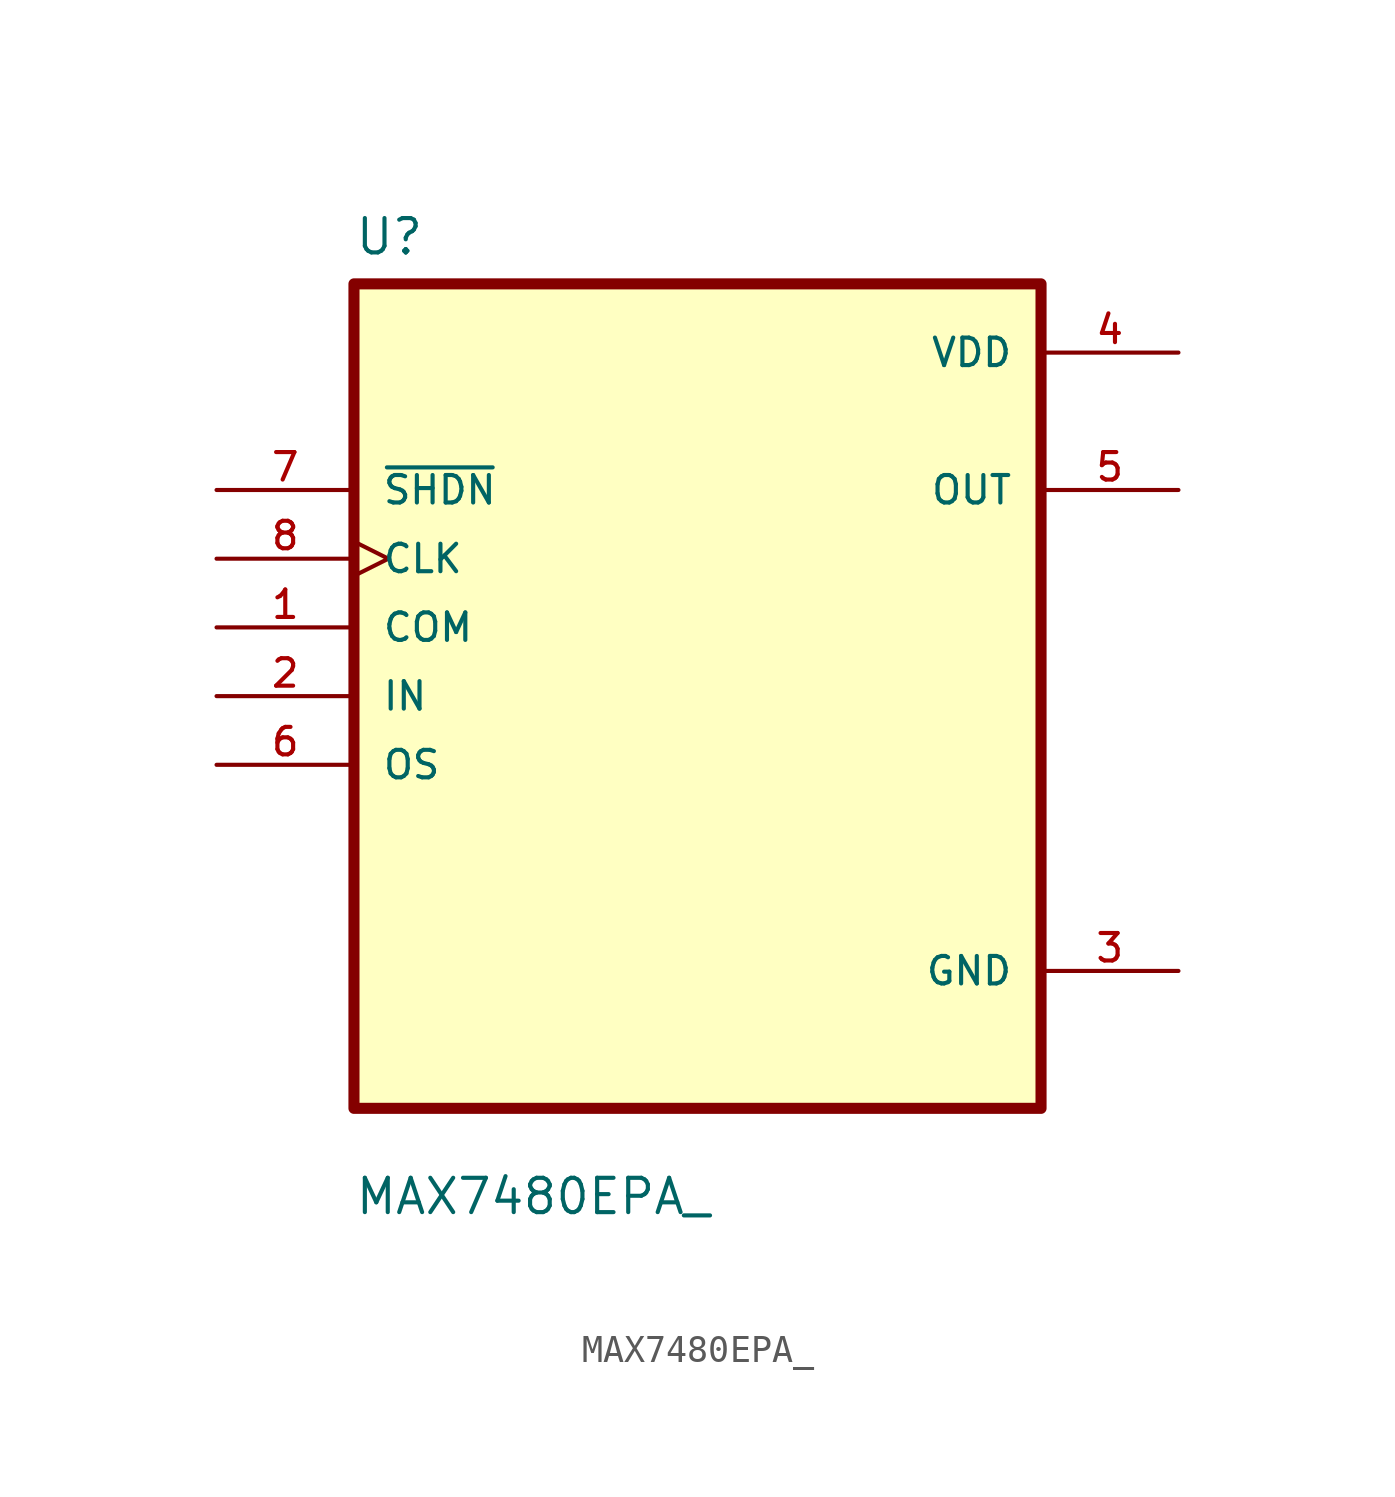
<source format=kicad_sym>
(kicad_symbol_lib
  (version 20211014)
  (generator kicad_symbol_editor)
  (symbol "MAX7480EPA_"
    (pin_names
      (offset 1.016))
    (property "Reference" "U"
      (at -12.7 16.24 0.0)
      (effects (font (size 1.27 1.27)) (justify bottom left)))
    (property "Value" "MAX7480EPA_"
      (at -12.7 -19.24 0.0)
      (effects (font (size 1.27 1.27)) (justify bottom left)))
    (symbol "MAX7480EPA__0_0"
      (rectangle (start -12.7 -15.24) (end 12.7 15.24) (stroke (width 0.41)) (fill (type background)))
      (pin input line (at -17.78 7.62 0) (length 5.08) (name "~{SHDN}" (effects (font (size 1.016 1.016)))) (number "7" (effects (font (size 1.016 1.016)))))
      (pin input clock (at -17.78 5.08 0) (length 5.08) (name "CLK" (effects (font (size 1.016 1.016)))) (number "8" (effects (font (size 1.016 1.016)))))
      (pin input line (at -17.78 2.54 0) (length 5.08) (name "COM" (effects (font (size 1.016 1.016)))) (number "1" (effects (font (size 1.016 1.016)))))
      (pin input line (at -17.78 0.0 0) (length 5.08) (name "IN" (effects (font (size 1.016 1.016)))) (number "2" (effects (font (size 1.016 1.016)))))
      (pin input line (at -17.78 -2.54 0) (length 5.08) (name "OS" (effects (font (size 1.016 1.016)))) (number "6" (effects (font (size 1.016 1.016)))))
      (pin power_in line (at 17.78 12.7 180.0) (length 5.08) (name "VDD" (effects (font (size 1.016 1.016)))) (number "4" (effects (font (size 1.016 1.016)))))
      (pin output line (at 17.78 7.62 180.0) (length 5.08) (name "OUT" (effects (font (size 1.016 1.016)))) (number "5" (effects (font (size 1.016 1.016)))))
      (pin power_in line (at 17.78 -10.16 180.0) (length 5.08) (name "GND" (effects (font (size 1.016 1.016)))) (number "3" (effects (font (size 1.016 1.016))))))))
</source>
